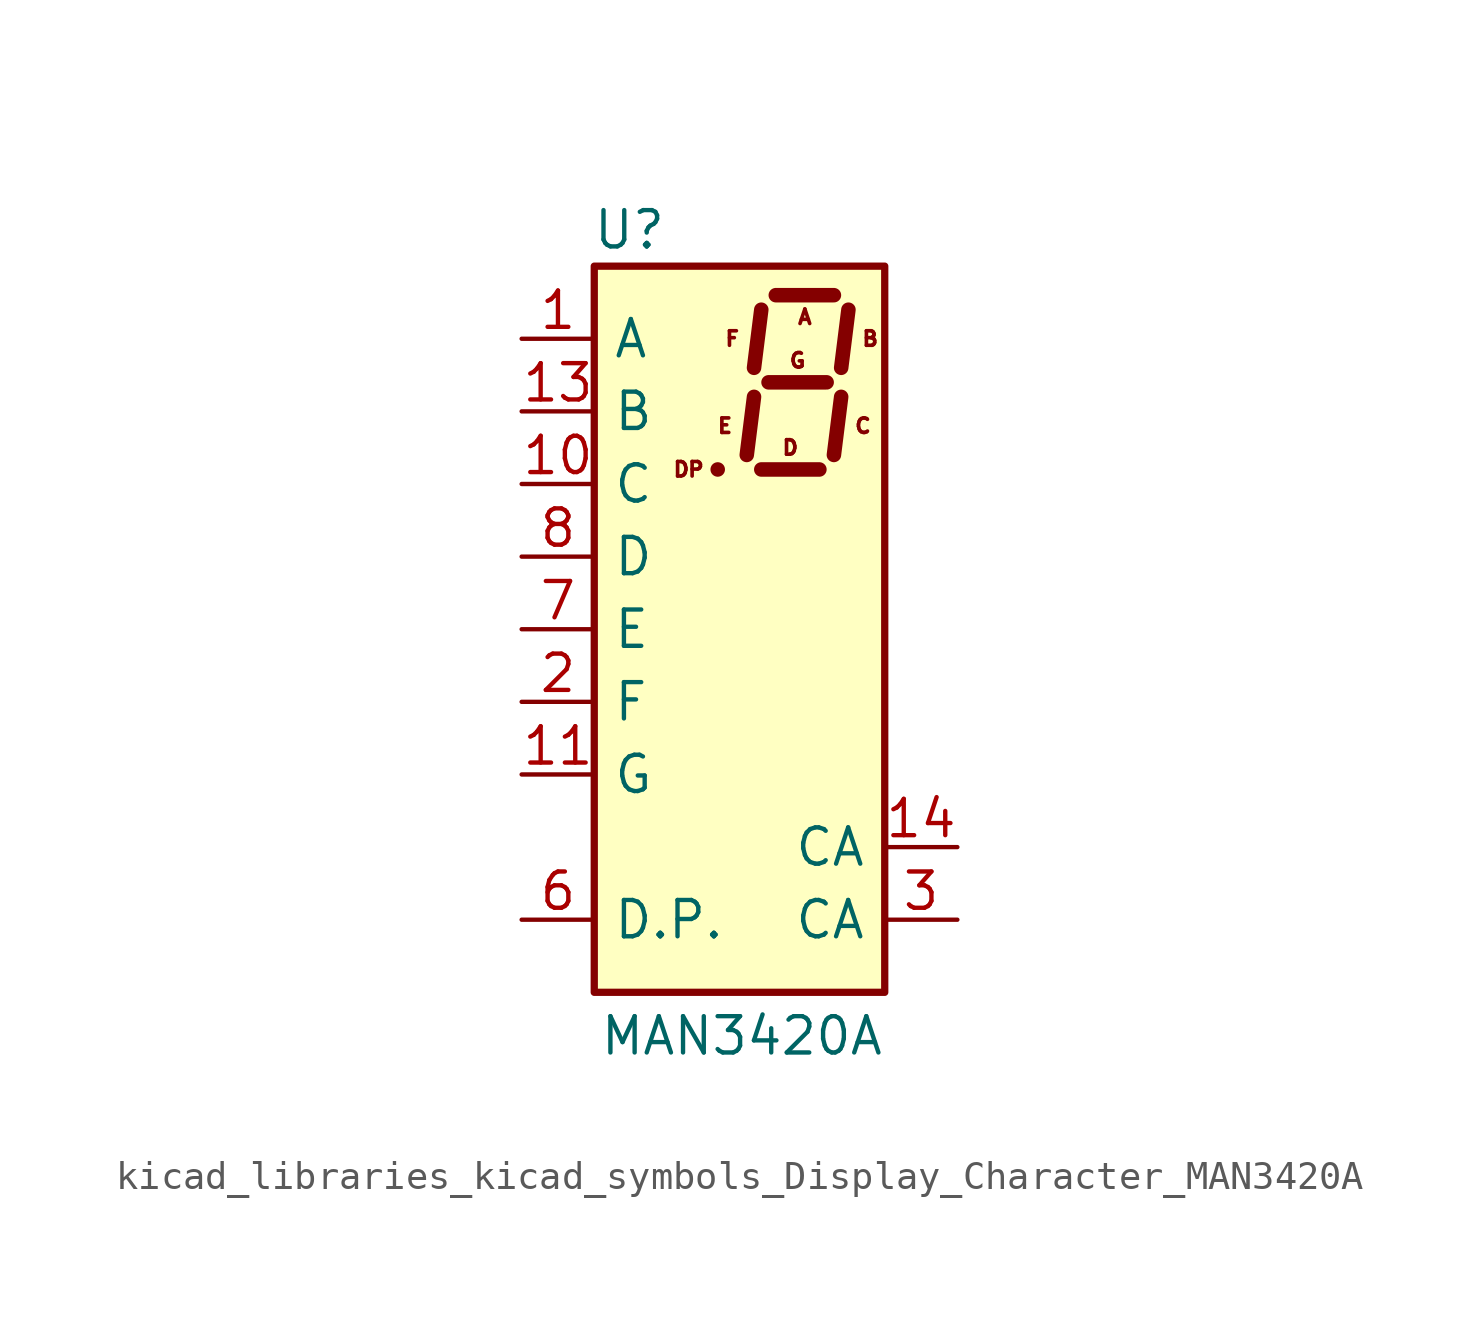
<source format=kicad_sym>
(kicad_symbol_lib
  (version 20220914)
  (generator kicad_symbol_editor)
  (symbol "kicad_libraries_kicad_symbols_Display_Character_MAN3420A"
    (pin_names
      (offset 0.635))
    (property "Reference" "U"
      (at -2.54 13.97 0)
      (effects (font (size 1.27 1.27)) (justify right)))
    (property "Value" "MAN3420A"
      (at 5.08 -14.224 0)
      (effects (font (size 1.27 1.27)) (justify right)))
    (symbol "kicad_libraries_kicad_symbols_Display_Character_MAN3420A_0_0"
      (text "A" (at 2.286 10.922 0) (effects (font (size 0.508 0.508))))
      (text "B" (at 4.572 10.16 0) (effects (font (size 0.508 0.508))))
      (text "C" (at 4.318 7.112 0) (effects (font (size 0.508 0.508))))
      (text "D" (at 1.778 6.35 0) (effects (font (size 0.508 0.508))))
      (text "DP" (at -1.778 5.588 0) (effects (font (size 0.508 0.508))))
      (text "E" (at -0.508 7.112 0) (effects (font (size 0.508 0.508))))
      (text "F" (at -0.254 10.16 0) (effects (font (size 0.508 0.508))))
      (text "G" (at 2.032 9.398 0) (effects (font (size 0.508 0.508)))))
    (symbol "kicad_libraries_kicad_symbols_Display_Character_MAN3420A_0_1"
      (rectangle (start -5.08 12.7) (end 5.08 -12.7) (stroke (width 0.254) (type default)) (fill (type background)))
      (polyline (pts (xy -0.762 5.588) (xy -0.762 5.588)) (stroke (width 0.508) (type default)) (fill (type none)))
      (polyline (pts (xy 0.508 8.128) (xy 0.254 6.096)) (stroke (width 0.508) (type default)) (fill (type none)))
      (polyline (pts (xy 0.762 5.588) (xy 2.794 5.588)) (stroke (width 0.508) (type default)) (fill (type none)))
      (polyline (pts (xy 0.762 11.176) (xy 0.508 9.144)) (stroke (width 0.508) (type default)) (fill (type none)))
      (polyline (pts (xy 1.016 8.636) (xy 3.048 8.636)) (stroke (width 0.508) (type default)) (fill (type none)))
      (polyline (pts (xy 1.27 11.684) (xy 3.302 11.684)) (stroke (width 0.508) (type default)) (fill (type none)))
      (polyline (pts (xy 3.556 8.128) (xy 3.302 6.096)) (stroke (width 0.508) (type default)) (fill (type none)))
      (polyline (pts (xy 3.81 11.176) (xy 3.556 9.144)) (stroke (width 0.508) (type default)) (fill (type none))))
    (symbol "kicad_libraries_kicad_symbols_Display_Character_MAN3420A_1_1"
      (pin input line (at -7.62 10.16 0) (length 2.54) (name "A" (effects (font (size 1.27 1.27)))) (number "1" (effects (font (size 1.27 1.27)))))
      (pin input line (at -7.62 5.08 0) (length 2.54) (name "C" (effects (font (size 1.27 1.27)))) (number "10" (effects (font (size 1.27 1.27)))))
      (pin input line (at -7.62 -5.08 0) (length 2.54) (name "G" (effects (font (size 1.27 1.27)))) (number "11" (effects (font (size 1.27 1.27)))))
      (pin no_connect line (at 5.08 -5.08 180) (length 2.54) hide (name "NC" (effects (font (size 1.27 1.27)))) (number "12" (effects (font (size 1.27 1.27)))))
      (pin input line (at -7.62 7.62 0) (length 2.54) (name "B" (effects (font (size 1.27 1.27)))) (number "13" (effects (font (size 1.27 1.27)))))
      (pin input line (at 7.62 -7.62 180) (length 2.54) (name "CA" (effects (font (size 1.27 1.27)))) (number "14" (effects (font (size 1.27 1.27)))))
      (pin input line (at -7.62 -2.54 0) (length 2.54) (name "F" (effects (font (size 1.27 1.27)))) (number "2" (effects (font (size 1.27 1.27)))))
      (pin input line (at 7.62 -10.16 180) (length 2.54) (name "CA" (effects (font (size 1.27 1.27)))) (number "3" (effects (font (size 1.27 1.27)))))
      (pin no_connect line (at 5.08 2.54 180) (length 2.54) hide (name "NC" (effects (font (size 1.27 1.27)))) (number "4" (effects (font (size 1.27 1.27)))))
      (pin no_connect line (at 5.08 0 180) (length 2.54) hide (name "NC" (effects (font (size 1.27 1.27)))) (number "5" (effects (font (size 1.27 1.27)))))
      (pin input line (at -7.62 -10.16 0) (length 2.54) (name "D.P." (effects (font (size 1.27 1.27)))) (number "6" (effects (font (size 1.27 1.27)))))
      (pin input line (at -7.62 0 0) (length 2.54) (name "E" (effects (font (size 1.27 1.27)))) (number "7" (effects (font (size 1.27 1.27)))))
      (pin input line (at -7.62 2.54 0) (length 2.54) (name "D" (effects (font (size 1.27 1.27)))) (number "8" (effects (font (size 1.27 1.27)))))
      (pin no_connect line (at 5.08 -2.54 180) (length 2.54) hide (name "NC" (effects (font (size 1.27 1.27)))) (number "9" (effects (font (size 1.27 1.27))))))))
</source>
